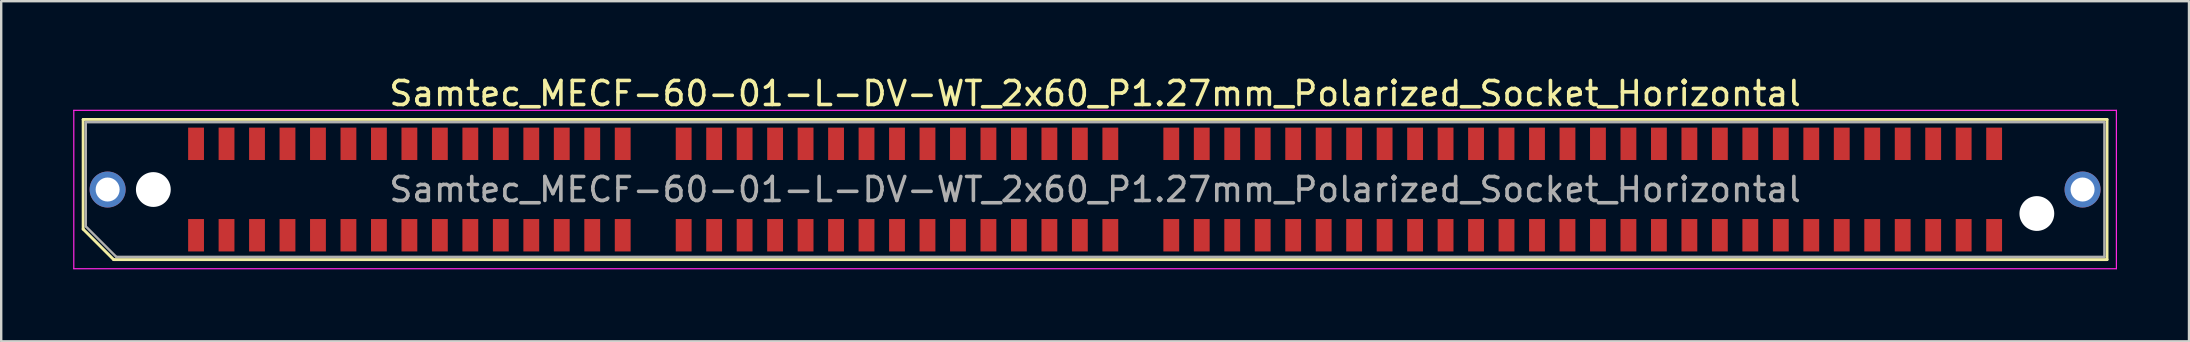
<source format=kicad_pcb>
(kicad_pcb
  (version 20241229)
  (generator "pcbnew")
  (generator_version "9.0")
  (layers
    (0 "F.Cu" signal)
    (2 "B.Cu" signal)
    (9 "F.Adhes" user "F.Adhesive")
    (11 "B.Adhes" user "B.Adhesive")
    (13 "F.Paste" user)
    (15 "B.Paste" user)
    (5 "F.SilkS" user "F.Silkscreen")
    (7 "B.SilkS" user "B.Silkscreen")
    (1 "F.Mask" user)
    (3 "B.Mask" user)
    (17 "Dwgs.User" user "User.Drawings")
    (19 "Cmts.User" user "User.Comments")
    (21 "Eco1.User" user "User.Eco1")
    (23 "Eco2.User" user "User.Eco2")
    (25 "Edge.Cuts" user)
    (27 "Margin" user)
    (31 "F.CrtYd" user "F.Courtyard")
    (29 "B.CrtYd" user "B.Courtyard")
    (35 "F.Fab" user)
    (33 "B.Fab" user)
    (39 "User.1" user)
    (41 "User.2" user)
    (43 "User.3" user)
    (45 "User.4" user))
  (footprint "Samtec_MECF-60-01-L-DV-WT_2x60_P1.27mm_Polarized_Socket_Horizontal"
    (layer "F.Cu")
    (at 42.585 4.848)
    (property "Reference" "Samtec_MECF-60-01-L-DV-WT_2x60_P1.27mm_Polarized_Socket_Horizontal" (at 0 -4 0) (layer "F.SilkS") (effects (font (size 1 1) (thickness 0.15))))
    (attr smd)
    (fp_line (start -42.17 -2.92) (end 42.17 -2.92) (stroke (width 0.12) (type solid)) (layer "F.SilkS"))
    (fp_line (start -42.17 1.65) (end -42.17 -2.92) (stroke (width 0.12) (type solid)) (layer "F.SilkS"))
    (fp_line (start -40.9 2.92) (end -42.17 1.65) (stroke (width 0.12) (type solid)) (layer "F.SilkS"))
    (fp_line (start -40.9 2.92) (end 42.17 2.92) (stroke (width 0.12) (type solid)) (layer "F.SilkS"))
    (fp_line (start 42.17 2.92) (end 42.17 -2.92) (stroke (width 0.12) (type solid)) (layer "F.SilkS"))
    (fp_line (start -42.56 -3.3) (end -42.56 3.3) (stroke (width 0.05) (type solid)) (layer "F.CrtYd"))
    (fp_line (start -42.56 3.3) (end 42.56 3.3) (stroke (width 0.05) (type solid)) (layer "F.CrtYd"))
    (fp_line (start 42.56 -3.3) (end -42.56 -3.3) (stroke (width 0.05) (type solid)) (layer "F.CrtYd"))
    (fp_line (start 42.56 3.3) (end 42.56 -3.3) (stroke (width 0.05) (type solid)) (layer "F.CrtYd"))
    (fp_line (start -42.06 -2.805) (end 42.06 -2.805) (stroke (width 0.1) (type solid)) (layer "F.Fab"))
    (fp_line (start -42.06 1.535) (end -42.06 -2.805) (stroke (width 0.1) (type solid)) (layer "F.Fab"))
    (fp_line (start -42.06 1.535) (end -40.79 2.805) (stroke (width 0.1) (type solid)) (layer "F.Fab"))
    (fp_line (start -40.79 2.805) (end 42.06 2.805) (stroke (width 0.1) (type solid)) (layer "F.Fab"))
    (fp_line (start 42.06 2.805) (end 42.06 -2.805) (stroke (width 0.1) (type solid)) (layer "F.Fab"))
    (fp_text user "${REFERENCE}" (at 0 0 0) (layer "F.Fab") (effects (font (size 1 1) (thickness 0.15))))
    (pad "" thru_hole circle (at -41.15 0) (size 1.5 1.5) (drill 1) (layers "*.Cu" "*.Mask"))
    (pad "" np_thru_hole circle (at -39.245 0) (size 1.45 1.45) (drill 1.45) (layers "*.Cu" "*.Mask"))
    (pad "" np_thru_hole circle (at 39.245 1) (size 1.45 1.45) (drill 1.45) (layers "*.Cu" "*.Mask"))
    (pad "" thru_hole circle (at 41.15 0) (size 1.5 1.5) (drill 1) (layers "*.Cu" "*.Mask"))
    (pad "1" smd rect (at -37.465 1.905) (size 0.66 1.35) (layers "F.Cu" "F.Mask" "F.Paste"))
    (pad "2" smd rect (at -37.465 -1.905) (size 0.66 1.35) (layers "F.Cu" "F.Mask" "F.Paste"))
    (pad "3" smd rect (at -36.195 1.905) (size 0.66 1.35) (layers "F.Cu" "F.Mask" "F.Paste"))
    (pad "4" smd rect (at -36.195 -1.905) (size 0.66 1.35) (layers "F.Cu" "F.Mask" "F.Paste"))
    (pad "5" smd rect (at -34.925 1.905) (size 0.66 1.35) (layers "F.Cu" "F.Mask" "F.Paste"))
    (pad "6" smd rect (at -34.925 -1.905) (size 0.66 1.35) (layers "F.Cu" "F.Mask" "F.Paste"))
    (pad "7" smd rect (at -33.655 1.905) (size 0.66 1.35) (layers "F.Cu" "F.Mask" "F.Paste"))
    (pad "8" smd rect (at -33.655 -1.905) (size 0.66 1.35) (layers "F.Cu" "F.Mask" "F.Paste"))
    (pad "9" smd rect (at -32.385 1.905) (size 0.66 1.35) (layers "F.Cu" "F.Mask" "F.Paste"))
    (pad "10" smd rect (at -32.385 -1.905) (size 0.66 1.35) (layers "F.Cu" "F.Mask" "F.Paste"))
    (pad "11" smd rect (at -31.115 1.905) (size 0.66 1.35) (layers "F.Cu" "F.Mask" "F.Paste"))
    (pad "12" smd rect (at -31.115 -1.905) (size 0.66 1.35) (layers "F.Cu" "F.Mask" "F.Paste"))
    (pad "13" smd rect (at -29.845 1.905) (size 0.66 1.35) (layers "F.Cu" "F.Mask" "F.Paste"))
    (pad "14" smd rect (at -29.845 -1.905) (size 0.66 1.35) (layers "F.Cu" "F.Mask" "F.Paste"))
    (pad "15" smd rect (at -28.575 1.905) (size 0.66 1.35) (layers "F.Cu" "F.Mask" "F.Paste"))
    (pad "16" smd rect (at -28.575 -1.905) (size 0.66 1.35) (layers "F.Cu" "F.Mask" "F.Paste"))
    (pad "17" smd rect (at -27.305 1.905) (size 0.66 1.35) (layers "F.Cu" "F.Mask" "F.Paste"))
    (pad "18" smd rect (at -27.305 -1.905) (size 0.66 1.35) (layers "F.Cu" "F.Mask" "F.Paste"))
    (pad "19" smd rect (at -26.035 1.905) (size 0.66 1.35) (layers "F.Cu" "F.Mask" "F.Paste"))
    (pad "20" smd rect (at -26.035 -1.905) (size 0.66 1.35) (layers "F.Cu" "F.Mask" "F.Paste"))
    (pad "21" smd rect (at -24.765 1.905) (size 0.66 1.35) (layers "F.Cu" "F.Mask" "F.Paste"))
    (pad "22" smd rect (at -24.765 -1.905) (size 0.66 1.35) (layers "F.Cu" "F.Mask" "F.Paste"))
    (pad "23" smd rect (at -23.495 1.905) (size 0.66 1.35) (layers "F.Cu" "F.Mask" "F.Paste"))
    (pad "24" smd rect (at -23.495 -1.905) (size 0.66 1.35) (layers "F.Cu" "F.Mask" "F.Paste"))
    (pad "25" smd rect (at -22.225 1.905) (size 0.66 1.35) (layers "F.Cu" "F.Mask" "F.Paste"))
    (pad "26" smd rect (at -22.225 -1.905) (size 0.66 1.35) (layers "F.Cu" "F.Mask" "F.Paste"))
    (pad "27" smd rect (at -20.955 1.905) (size 0.66 1.35) (layers "F.Cu" "F.Mask" "F.Paste"))
    (pad "28" smd rect (at -20.955 -1.905) (size 0.66 1.35) (layers "F.Cu" "F.Mask" "F.Paste"))
    (pad "29" smd rect (at -19.685 1.905) (size 0.66 1.35) (layers "F.Cu" "F.Mask" "F.Paste"))
    (pad "30" smd rect (at -19.685 -1.905) (size 0.66 1.35) (layers "F.Cu" "F.Mask" "F.Paste"))
    (pad "33" smd rect (at -17.145 1.905) (size 0.66 1.35) (layers "F.Cu" "F.Mask" "F.Paste"))
    (pad "34" smd rect (at -17.145 -1.905) (size 0.66 1.35) (layers "F.Cu" "F.Mask" "F.Paste"))
    (pad "35" smd rect (at -15.875 1.905) (size 0.66 1.35) (layers "F.Cu" "F.Mask" "F.Paste"))
    (pad "36" smd rect (at -15.875 -1.905) (size 0.66 1.35) (layers "F.Cu" "F.Mask" "F.Paste"))
    (pad "37" smd rect (at -14.605 1.905) (size 0.66 1.35) (layers "F.Cu" "F.Mask" "F.Paste"))
    (pad "38" smd rect (at -14.605 -1.905) (size 0.66 1.35) (layers "F.Cu" "F.Mask" "F.Paste"))
    (pad "39" smd rect (at -13.335 1.905) (size 0.66 1.35) (layers "F.Cu" "F.Mask" "F.Paste"))
    (pad "40" smd rect (at -13.335 -1.905) (size 0.66 1.35) (layers "F.Cu" "F.Mask" "F.Paste"))
    (pad "41" smd rect (at -12.065 1.905) (size 0.66 1.35) (layers "F.Cu" "F.Mask" "F.Paste"))
    (pad "42" smd rect (at -12.065 -1.905) (size 0.66 1.35) (layers "F.Cu" "F.Mask" "F.Paste"))
    (pad "43" smd rect (at -10.795 1.905) (size 0.66 1.35) (layers "F.Cu" "F.Mask" "F.Paste"))
    (pad "44" smd rect (at -10.795 -1.905) (size 0.66 1.35) (layers "F.Cu" "F.Mask" "F.Paste"))
    (pad "45" smd rect (at -9.525 1.905) (size 0.66 1.35) (layers "F.Cu" "F.Mask" "F.Paste"))
    (pad "46" smd rect (at -9.525 -1.905) (size 0.66 1.35) (layers "F.Cu" "F.Mask" "F.Paste"))
    (pad "47" smd rect (at -8.255 1.905) (size 0.66 1.35) (layers "F.Cu" "F.Mask" "F.Paste"))
    (pad "48" smd rect (at -8.255 -1.905) (size 0.66 1.35) (layers "F.Cu" "F.Mask" "F.Paste"))
    (pad "49" smd rect (at -6.985 1.905) (size 0.66 1.35) (layers "F.Cu" "F.Mask" "F.Paste"))
    (pad "50" smd rect (at -6.985 -1.905) (size 0.66 1.35) (layers "F.Cu" "F.Mask" "F.Paste"))
    (pad "51" smd rect (at -5.715 1.905) (size 0.66 1.35) (layers "F.Cu" "F.Mask" "F.Paste"))
    (pad "52" smd rect (at -5.715 -1.905) (size 0.66 1.35) (layers "F.Cu" "F.Mask" "F.Paste"))
    (pad "53" smd rect (at -4.445 1.905) (size 0.66 1.35) (layers "F.Cu" "F.Mask" "F.Paste"))
    (pad "54" smd rect (at -4.445 -1.905) (size 0.66 1.35) (layers "F.Cu" "F.Mask" "F.Paste"))
    (pad "55" smd rect (at -3.175 1.905) (size 0.66 1.35) (layers "F.Cu" "F.Mask" "F.Paste"))
    (pad "56" smd rect (at -3.175 -1.905) (size 0.66 1.35) (layers "F.Cu" "F.Mask" "F.Paste"))
    (pad "57" smd rect (at -1.905 1.905) (size 0.66 1.35) (layers "F.Cu" "F.Mask" "F.Paste"))
    (pad "58" smd rect (at -1.905 -1.905) (size 0.66 1.35) (layers "F.Cu" "F.Mask" "F.Paste"))
    (pad "59" smd rect (at -0.635 1.905) (size 0.66 1.35) (layers "F.Cu" "F.Mask" "F.Paste"))
    (pad "60" smd rect (at -0.635 -1.905) (size 0.66 1.35) (layers "F.Cu" "F.Mask" "F.Paste"))
    (pad "61" smd rect (at 0.635 1.905) (size 0.66 1.35) (layers "F.Cu" "F.Mask" "F.Paste"))
    (pad "62" smd rect (at 0.635 -1.905) (size 0.66 1.35) (layers "F.Cu" "F.Mask" "F.Paste"))
    (pad "65" smd rect (at 3.175 1.905) (size 0.66 1.35) (layers "F.Cu" "F.Mask" "F.Paste"))
    (pad "66" smd rect (at 3.175 -1.905) (size 0.66 1.35) (layers "F.Cu" "F.Mask" "F.Paste"))
    (pad "67" smd rect (at 4.445 1.905) (size 0.66 1.35) (layers "F.Cu" "F.Mask" "F.Paste"))
    (pad "68" smd rect (at 4.445 -1.905) (size 0.66 1.35) (layers "F.Cu" "F.Mask" "F.Paste"))
    (pad "69" smd rect (at 5.715 1.905) (size 0.66 1.35) (layers "F.Cu" "F.Mask" "F.Paste"))
    (pad "70" smd rect (at 5.715 -1.905) (size 0.66 1.35) (layers "F.Cu" "F.Mask" "F.Paste"))
    (pad "71" smd rect (at 6.985 1.905) (size 0.66 1.35) (layers "F.Cu" "F.Mask" "F.Paste"))
    (pad "72" smd rect (at 6.985 -1.905) (size 0.66 1.35) (layers "F.Cu" "F.Mask" "F.Paste"))
    (pad "73" smd rect (at 8.255 1.905) (size 0.66 1.35) (layers "F.Cu" "F.Mask" "F.Paste"))
    (pad "74" smd rect (at 8.255 -1.905) (size 0.66 1.35) (layers "F.Cu" "F.Mask" "F.Paste"))
    (pad "75" smd rect (at 9.525 1.905) (size 0.66 1.35) (layers "F.Cu" "F.Mask" "F.Paste"))
    (pad "76" smd rect (at 9.525 -1.905) (size 0.66 1.35) (layers "F.Cu" "F.Mask" "F.Paste"))
    (pad "77" smd rect (at 10.795 1.905) (size 0.66 1.35) (layers "F.Cu" "F.Mask" "F.Paste"))
    (pad "78" smd rect (at 10.795 -1.905) (size 0.66 1.35) (layers "F.Cu" "F.Mask" "F.Paste"))
    (pad "79" smd rect (at 12.065 1.905) (size 0.66 1.35) (layers "F.Cu" "F.Mask" "F.Paste"))
    (pad "80" smd rect (at 12.065 -1.905) (size 0.66 1.35) (layers "F.Cu" "F.Mask" "F.Paste"))
    (pad "81" smd rect (at 13.335 1.905) (size 0.66 1.35) (layers "F.Cu" "F.Mask" "F.Paste"))
    (pad "82" smd rect (at 13.335 -1.905) (size 0.66 1.35) (layers "F.Cu" "F.Mask" "F.Paste"))
    (pad "83" smd rect (at 14.605 1.905) (size 0.66 1.35) (layers "F.Cu" "F.Mask" "F.Paste"))
    (pad "84" smd rect (at 14.605 -1.905) (size 0.66 1.35) (layers "F.Cu" "F.Mask" "F.Paste"))
    (pad "85" smd rect (at 15.875 1.905) (size 0.66 1.35) (layers "F.Cu" "F.Mask" "F.Paste"))
    (pad "86" smd rect (at 15.875 -1.905) (size 0.66 1.35) (layers "F.Cu" "F.Mask" "F.Paste"))
    (pad "87" smd rect (at 17.145 1.905) (size 0.66 1.35) (layers "F.Cu" "F.Mask" "F.Paste"))
    (pad "88" smd rect (at 17.145 -1.905) (size 0.66 1.35) (layers "F.Cu" "F.Mask" "F.Paste"))
    (pad "89" smd rect (at 18.415 1.905) (size 0.66 1.35) (layers "F.Cu" "F.Mask" "F.Paste"))
    (pad "90" smd rect (at 18.415 -1.905) (size 0.66 1.35) (layers "F.Cu" "F.Mask" "F.Paste"))
    (pad "91" smd rect (at 19.685 1.905) (size 0.66 1.35) (layers "F.Cu" "F.Mask" "F.Paste"))
    (pad "92" smd rect (at 19.685 -1.905) (size 0.66 1.35) (layers "F.Cu" "F.Mask" "F.Paste"))
    (pad "93" smd rect (at 20.955 1.905) (size 0.66 1.35) (layers "F.Cu" "F.Mask" "F.Paste"))
    (pad "94" smd rect (at 20.955 -1.905) (size 0.66 1.35) (layers "F.Cu" "F.Mask" "F.Paste"))
    (pad "95" smd rect (at 22.225 1.905) (size 0.66 1.35) (layers "F.Cu" "F.Mask" "F.Paste"))
    (pad "96" smd rect (at 22.225 -1.905) (size 0.66 1.35) (layers "F.Cu" "F.Mask" "F.Paste"))
    (pad "97" smd rect (at 23.495 1.905) (size 0.66 1.35) (layers "F.Cu" "F.Mask" "F.Paste"))
    (pad "98" smd rect (at 23.495 -1.905) (size 0.66 1.35) (layers "F.Cu" "F.Mask" "F.Paste"))
    (pad "99" smd rect (at 24.765 1.905) (size 0.66 1.35) (layers "F.Cu" "F.Mask" "F.Paste"))
    (pad "100" smd rect (at 24.765 -1.905) (size 0.66 1.35) (layers "F.Cu" "F.Mask" "F.Paste"))
    (pad "101" smd rect (at 26.035 1.905) (size 0.66 1.35) (layers "F.Cu" "F.Mask" "F.Paste"))
    (pad "102" smd rect (at 26.035 -1.905) (size 0.66 1.35) (layers "F.Cu" "F.Mask" "F.Paste"))
    (pad "103" smd rect (at 27.305 1.905) (size 0.66 1.35) (layers "F.Cu" "F.Mask" "F.Paste"))
    (pad "104" smd rect (at 27.305 -1.905) (size 0.66 1.35) (layers "F.Cu" "F.Mask" "F.Paste"))
    (pad "105" smd rect (at 28.575 1.905) (size 0.66 1.35) (layers "F.Cu" "F.Mask" "F.Paste"))
    (pad "106" smd rect (at 28.575 -1.905) (size 0.66 1.35) (layers "F.Cu" "F.Mask" "F.Paste"))
    (pad "107" smd rect (at 29.845 1.905) (size 0.66 1.35) (layers "F.Cu" "F.Mask" "F.Paste"))
    (pad "108" smd rect (at 29.845 -1.905) (size 0.66 1.35) (layers "F.Cu" "F.Mask" "F.Paste"))
    (pad "109" smd rect (at 31.115 1.905) (size 0.66 1.35) (layers "F.Cu" "F.Mask" "F.Paste"))
    (pad "110" smd rect (at 31.115 -1.905) (size 0.66 1.35) (layers "F.Cu" "F.Mask" "F.Paste"))
    (pad "111" smd rect (at 32.385 1.905) (size 0.66 1.35) (layers "F.Cu" "F.Mask" "F.Paste"))
    (pad "112" smd rect (at 32.385 -1.905) (size 0.66 1.35) (layers "F.Cu" "F.Mask" "F.Paste"))
    (pad "113" smd rect (at 33.655 1.905) (size 0.66 1.35) (layers "F.Cu" "F.Mask" "F.Paste"))
    (pad "114" smd rect (at 33.655 -1.905) (size 0.66 1.35) (layers "F.Cu" "F.Mask" "F.Paste"))
    (pad "115" smd rect (at 34.925 1.905) (size 0.66 1.35) (layers "F.Cu" "F.Mask" "F.Paste"))
    (pad "116" smd rect (at 34.925 -1.905) (size 0.66 1.35) (layers "F.Cu" "F.Mask" "F.Paste"))
    (pad "117" smd rect (at 36.195 1.905) (size 0.66 1.35) (layers "F.Cu" "F.Mask" "F.Paste"))
    (pad "118" smd rect (at 36.195 -1.905) (size 0.66 1.35) (layers "F.Cu" "F.Mask" "F.Paste"))
    (pad "119" smd rect (at 37.465 1.905) (size 0.66 1.35) (layers "F.Cu" "F.Mask" "F.Paste"))
    (pad "120" smd rect (at 37.465 -1.905) (size 0.66 1.35) (layers "F.Cu" "F.Mask" "F.Paste")))
  (gr_rect
    (start -3 -3)
    (end 88.17 11.173)
    (stroke (width 0.1) (type default))
    (fill no)
    (layer "Edge.Cuts")))
</source>
